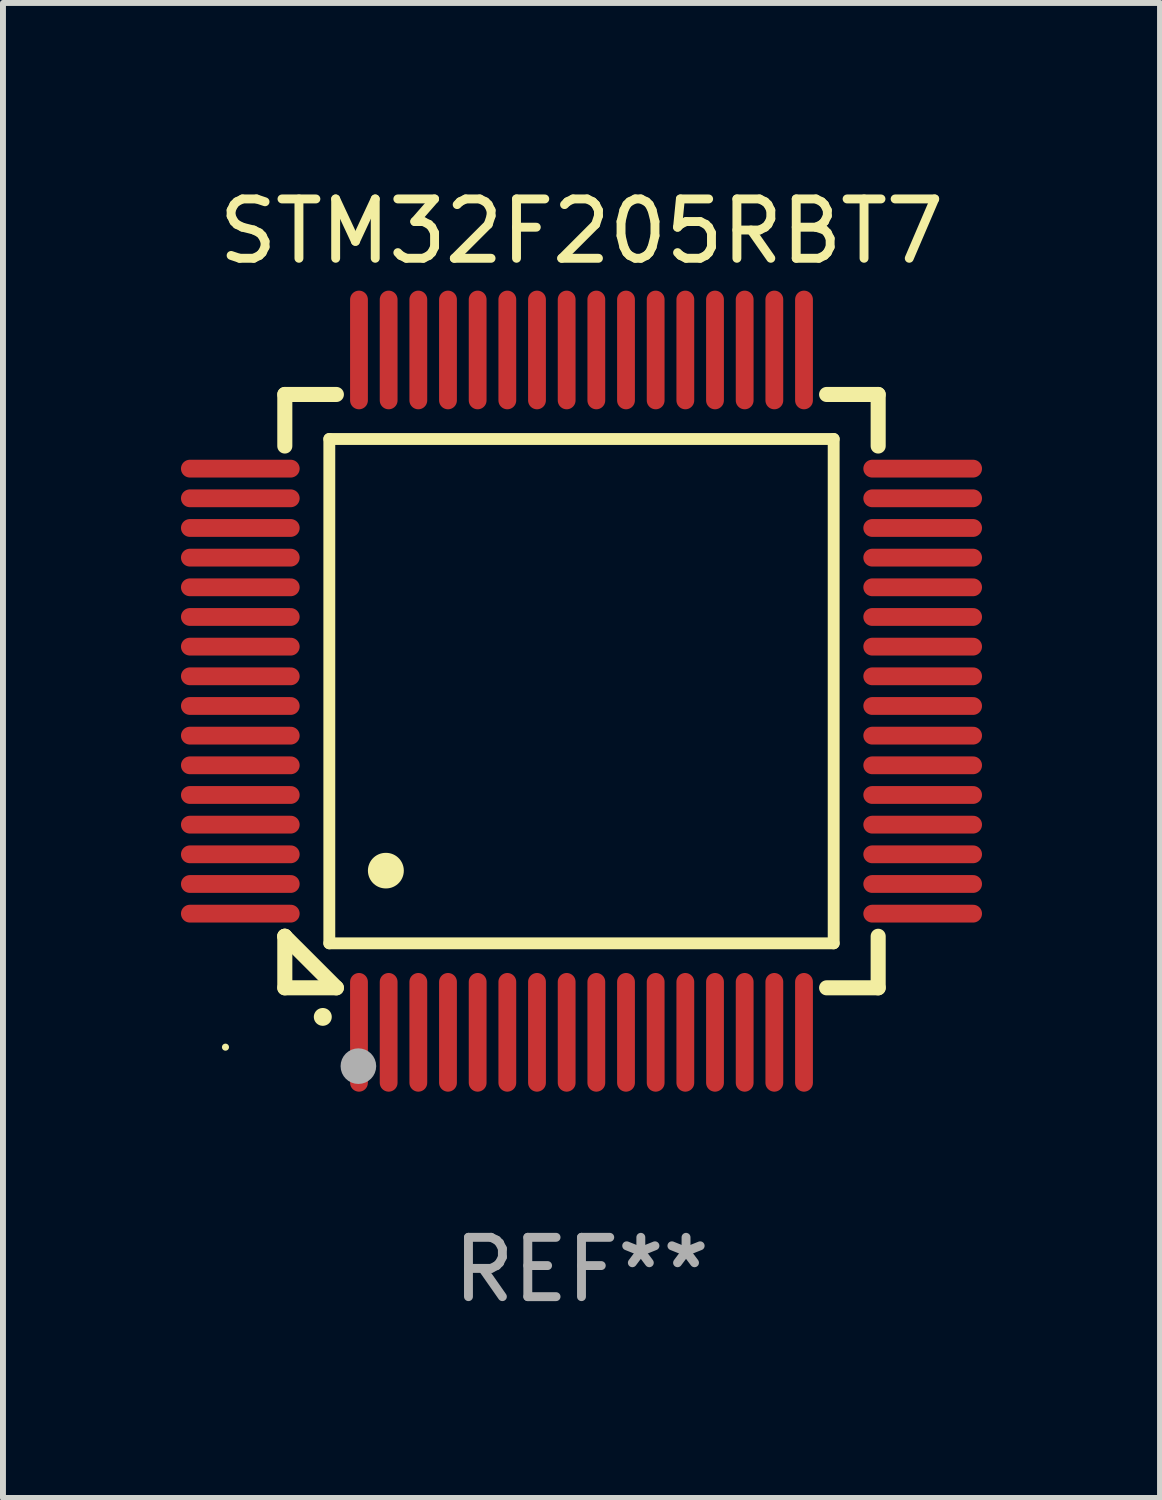
<source format=kicad_pcb>
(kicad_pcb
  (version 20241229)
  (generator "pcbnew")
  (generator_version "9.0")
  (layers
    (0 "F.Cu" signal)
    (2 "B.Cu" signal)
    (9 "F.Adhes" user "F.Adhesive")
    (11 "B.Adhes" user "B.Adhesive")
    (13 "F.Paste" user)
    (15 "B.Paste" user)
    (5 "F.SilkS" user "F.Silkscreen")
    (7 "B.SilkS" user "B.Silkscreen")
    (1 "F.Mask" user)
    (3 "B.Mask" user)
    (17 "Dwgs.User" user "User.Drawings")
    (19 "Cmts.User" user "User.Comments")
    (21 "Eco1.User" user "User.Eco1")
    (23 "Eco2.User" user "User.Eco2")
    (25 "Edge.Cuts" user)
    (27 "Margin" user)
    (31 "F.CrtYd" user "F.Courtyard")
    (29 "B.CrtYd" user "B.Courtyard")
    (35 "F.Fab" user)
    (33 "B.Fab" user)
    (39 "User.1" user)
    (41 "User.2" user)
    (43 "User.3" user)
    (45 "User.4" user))
  (footprint "STM32F205RBT7"
    (layer "F.Cu")
    (at 6.75 8.598)
    (property "Reference" "STM32F205RBT7" (at 0 -7.75 0) (layer "F.SilkS") (effects (font (size 1 1) (thickness 0.15))))
    (attr through_hole)
    (fp_line (start -5 -5) (end -4.131 -5) (stroke (width 0.254) (type solid)) (layer "F.SilkS"))
    (fp_line (start -5 -4.131) (end -5 -5) (stroke (width 0.254) (type solid)) (layer "F.SilkS"))
    (fp_line (start -5 4.131) (end -5 4.131) (stroke (width 0.254) (type solid)) (layer "F.SilkS"))
    (fp_line (start -5 5) (end -5 4.131) (stroke (width 0.254) (type solid)) (layer "F.SilkS"))
    (fp_line (start -5 4.131) (end -4.131 5) (stroke (width 0.254) (type solid)) (layer "F.SilkS"))
    (fp_line (start -4.25 -4.25) (end -4.25 4.25) (stroke (width 0.2) (type solid)) (layer "F.SilkS"))
    (fp_line (start -4.25 4.25) (end 4.25 4.25) (stroke (width 0.2) (type solid)) (layer "F.SilkS"))
    (fp_line (start -4.131 5) (end -5 5) (stroke (width 0.254) (type solid)) (layer "F.SilkS"))
    (fp_line (start 4.25 -4.25) (end -4.25 -4.25) (stroke (width 0.2) (type solid)) (layer "F.SilkS"))
    (fp_line (start 4.25 4.25) (end 4.25 -4.25) (stroke (width 0.2) (type solid)) (layer "F.SilkS"))
    (fp_line (start 5 -5) (end 4.131 -5) (stroke (width 0.254) (type solid)) (layer "F.SilkS"))
    (fp_line (start 5 -5) (end 5 -4.131) (stroke (width 0.254) (type solid)) (layer "F.SilkS"))
    (fp_line (start 5 4.131) (end 5 5) (stroke (width 0.254) (type solid)) (layer "F.SilkS"))
    (fp_line (start 5 5) (end 4.131 5) (stroke (width 0.254) (type solid)) (layer "F.SilkS"))
    (fp_arc (start -4.361265 5.489992) (mid -4.359995 5.489987) (end -4.358725 5.489992) (stroke (width 0.3) (type solid)) (layer "F.SilkS"))
    (fp_arc (start -3.299467 3.025146) (mid -3.296927 3.025135) (end -3.294387 3.025146) (stroke (width 0.6) (type solid)) (layer "F.SilkS"))
    (fp_circle (center -6 6) (end -5.97 6) (stroke (width 0.06) (type solid)) (fill no) (layer "F.SilkS"))
    (fp_circle (center -3.76 6.32) (end -3.61 6.32) (stroke (width 0.3) (type solid)) (fill no) (layer "F.Fab"))
    (fp_text user "REF**" (at 0 9.75 0) (layer "F.Fab") (effects (font (size 1 1) (thickness 0.15))))
    (pad "1" smd oval (at -3.75 5.75) (size 0.3 2) (layers "F.Cu" "F.Mask" "F.Paste"))
    (pad "2" smd oval (at -3.25 5.75) (size 0.3 2) (layers "F.Cu" "F.Mask" "F.Paste"))
    (pad "3" smd oval (at -2.75 5.75) (size 0.3 2) (layers "F.Cu" "F.Mask" "F.Paste"))
    (pad "4" smd oval (at -2.25 5.75) (size 0.3 2) (layers "F.Cu" "F.Mask" "F.Paste"))
    (pad "5" smd oval (at -1.75 5.75) (size 0.3 2) (layers "F.Cu" "F.Mask" "F.Paste"))
    (pad "6" smd oval (at -1.25 5.75) (size 0.3 2) (layers "F.Cu" "F.Mask" "F.Paste"))
    (pad "7" smd oval (at -0.75 5.75) (size 0.3 2) (layers "F.Cu" "F.Mask" "F.Paste"))
    (pad "8" smd oval (at -0.25 5.75) (size 0.3 2) (layers "F.Cu" "F.Mask" "F.Paste"))
    (pad "9" smd oval (at 0.25 5.75) (size 0.3 2) (layers "F.Cu" "F.Mask" "F.Paste"))
    (pad "10" smd oval (at 0.75 5.75) (size 0.3 2) (layers "F.Cu" "F.Mask" "F.Paste"))
    (pad "11" smd oval (at 1.25 5.75) (size 0.3 2) (layers "F.Cu" "F.Mask" "F.Paste"))
    (pad "12" smd oval (at 1.75 5.75) (size 0.3 2) (layers "F.Cu" "F.Mask" "F.Paste"))
    (pad "13" smd oval (at 2.25 5.75) (size 0.3 2) (layers "F.Cu" "F.Mask" "F.Paste"))
    (pad "14" smd oval (at 2.75 5.75) (size 0.3 2) (layers "F.Cu" "F.Mask" "F.Paste"))
    (pad "15" smd oval (at 3.25 5.75) (size 0.3 2) (layers "F.Cu" "F.Mask" "F.Paste"))
    (pad "16" smd oval (at 3.75 5.75) (size 0.3 2) (layers "F.Cu" "F.Mask" "F.Paste"))
    (pad "17" smd oval (at 5.75 3.75) (size 2 0.3) (layers "F.Cu" "F.Mask" "F.Paste"))
    (pad "18" smd oval (at 5.75 3.25) (size 2 0.3) (layers "F.Cu" "F.Mask" "F.Paste"))
    (pad "19" smd oval (at 5.75 2.75) (size 2 0.3) (layers "F.Cu" "F.Mask" "F.Paste"))
    (pad "20" smd oval (at 5.75 2.25) (size 2 0.3) (layers "F.Cu" "F.Mask" "F.Paste"))
    (pad "21" smd oval (at 5.75 1.75) (size 2 0.3) (layers "F.Cu" "F.Mask" "F.Paste"))
    (pad "22" smd oval (at 5.75 1.25) (size 2 0.3) (layers "F.Cu" "F.Mask" "F.Paste"))
    (pad "23" smd oval (at 5.75 0.75) (size 2 0.3) (layers "F.Cu" "F.Mask" "F.Paste"))
    (pad "24" smd oval (at 5.75 0.25) (size 2 0.3) (layers "F.Cu" "F.Mask" "F.Paste"))
    (pad "25" smd oval (at 5.75 -0.25) (size 2 0.3) (layers "F.Cu" "F.Mask" "F.Paste"))
    (pad "26" smd oval (at 5.75 -0.75) (size 2 0.3) (layers "F.Cu" "F.Mask" "F.Paste"))
    (pad "27" smd oval (at 5.75 -1.25) (size 2 0.3) (layers "F.Cu" "F.Mask" "F.Paste"))
    (pad "28" smd oval (at 5.75 -1.75) (size 2 0.3) (layers "F.Cu" "F.Mask" "F.Paste"))
    (pad "29" smd oval (at 5.75 -2.25) (size 2 0.3) (layers "F.Cu" "F.Mask" "F.Paste"))
    (pad "30" smd oval (at 5.75 -2.75) (size 2 0.3) (layers "F.Cu" "F.Mask" "F.Paste"))
    (pad "31" smd oval (at 5.75 -3.25) (size 2 0.3) (layers "F.Cu" "F.Mask" "F.Paste"))
    (pad "32" smd oval (at 5.75 -3.75) (size 2 0.3) (layers "F.Cu" "F.Mask" "F.Paste"))
    (pad "33" smd oval (at 3.75 -5.75) (size 0.3 2) (layers "F.Cu" "F.Mask" "F.Paste"))
    (pad "34" smd oval (at 3.25 -5.75) (size 0.3 2) (layers "F.Cu" "F.Mask" "F.Paste"))
    (pad "35" smd oval (at 2.75 -5.75) (size 0.3 2) (layers "F.Cu" "F.Mask" "F.Paste"))
    (pad "36" smd oval (at 2.25 -5.75) (size 0.3 2) (layers "F.Cu" "F.Mask" "F.Paste"))
    (pad "37" smd oval (at 1.75 -5.75) (size 0.3 2) (layers "F.Cu" "F.Mask" "F.Paste"))
    (pad "38" smd oval (at 1.25 -5.75) (size 0.3 2) (layers "F.Cu" "F.Mask" "F.Paste"))
    (pad "39" smd oval (at 0.75 -5.75) (size 0.3 2) (layers "F.Cu" "F.Mask" "F.Paste"))
    (pad "40" smd oval (at 0.25 -5.75) (size 0.3 2) (layers "F.Cu" "F.Mask" "F.Paste"))
    (pad "41" smd oval (at -0.25 -5.75) (size 0.3 2) (layers "F.Cu" "F.Mask" "F.Paste"))
    (pad "42" smd oval (at -0.75 -5.75) (size 0.3 2) (layers "F.Cu" "F.Mask" "F.Paste"))
    (pad "43" smd oval (at -1.25 -5.75) (size 0.3 2) (layers "F.Cu" "F.Mask" "F.Paste"))
    (pad "44" smd oval (at -1.75 -5.75) (size 0.3 2) (layers "F.Cu" "F.Mask" "F.Paste"))
    (pad "45" smd oval (at -2.25 -5.75) (size 0.3 2) (layers "F.Cu" "F.Mask" "F.Paste"))
    (pad "46" smd oval (at -2.75 -5.75) (size 0.3 2) (layers "F.Cu" "F.Mask" "F.Paste"))
    (pad "47" smd oval (at -3.25 -5.75) (size 0.3 2) (layers "F.Cu" "F.Mask" "F.Paste"))
    (pad "48" smd oval (at -3.75 -5.75) (size 0.3 2) (layers "F.Cu" "F.Mask" "F.Paste"))
    (pad "49" smd oval (at -5.75 -3.75) (size 2 0.3) (layers "F.Cu" "F.Mask" "F.Paste"))
    (pad "50" smd oval (at -5.75 -3.25) (size 2 0.3) (layers "F.Cu" "F.Mask" "F.Paste"))
    (pad "51" smd oval (at -5.75 -2.75) (size 2 0.3) (layers "F.Cu" "F.Mask" "F.Paste"))
    (pad "52" smd oval (at -5.75 -2.25) (size 2 0.3) (layers "F.Cu" "F.Mask" "F.Paste"))
    (pad "53" smd oval (at -5.75 -1.75) (size 2 0.3) (layers "F.Cu" "F.Mask" "F.Paste"))
    (pad "54" smd oval (at -5.75 -1.25) (size 2 0.3) (layers "F.Cu" "F.Mask" "F.Paste"))
    (pad "55" smd oval (at -5.75 -0.75) (size 2 0.3) (layers "F.Cu" "F.Mask" "F.Paste"))
    (pad "56" smd oval (at -5.75 -0.25) (size 2 0.3) (layers "F.Cu" "F.Mask" "F.Paste"))
    (pad "57" smd oval (at -5.75 0.25) (size 2 0.3) (layers "F.Cu" "F.Mask" "F.Paste"))
    (pad "58" smd oval (at -5.75 0.75) (size 2 0.3) (layers "F.Cu" "F.Mask" "F.Paste"))
    (pad "59" smd oval (at -5.75 1.25) (size 2 0.3) (layers "F.Cu" "F.Mask" "F.Paste"))
    (pad "60" smd oval (at -5.75 1.75) (size 2 0.3) (layers "F.Cu" "F.Mask" "F.Paste"))
    (pad "61" smd oval (at -5.75 2.25) (size 2 0.3) (layers "F.Cu" "F.Mask" "F.Paste"))
    (pad "62" smd oval (at -5.75 2.75) (size 2 0.3) (layers "F.Cu" "F.Mask" "F.Paste"))
    (pad "63" smd oval (at -5.75 3.25) (size 2 0.3) (layers "F.Cu" "F.Mask" "F.Paste"))
    (pad "64" smd oval (at -5.75 3.75) (size 2 0.3) (layers "F.Cu" "F.Mask" "F.Paste")))
  (gr_rect
    (start -3 -3)
    (end 16.5 22.196)
    (stroke (width 0.1) (type default))
    (fill no)
    (layer "Edge.Cuts")))
</source>
